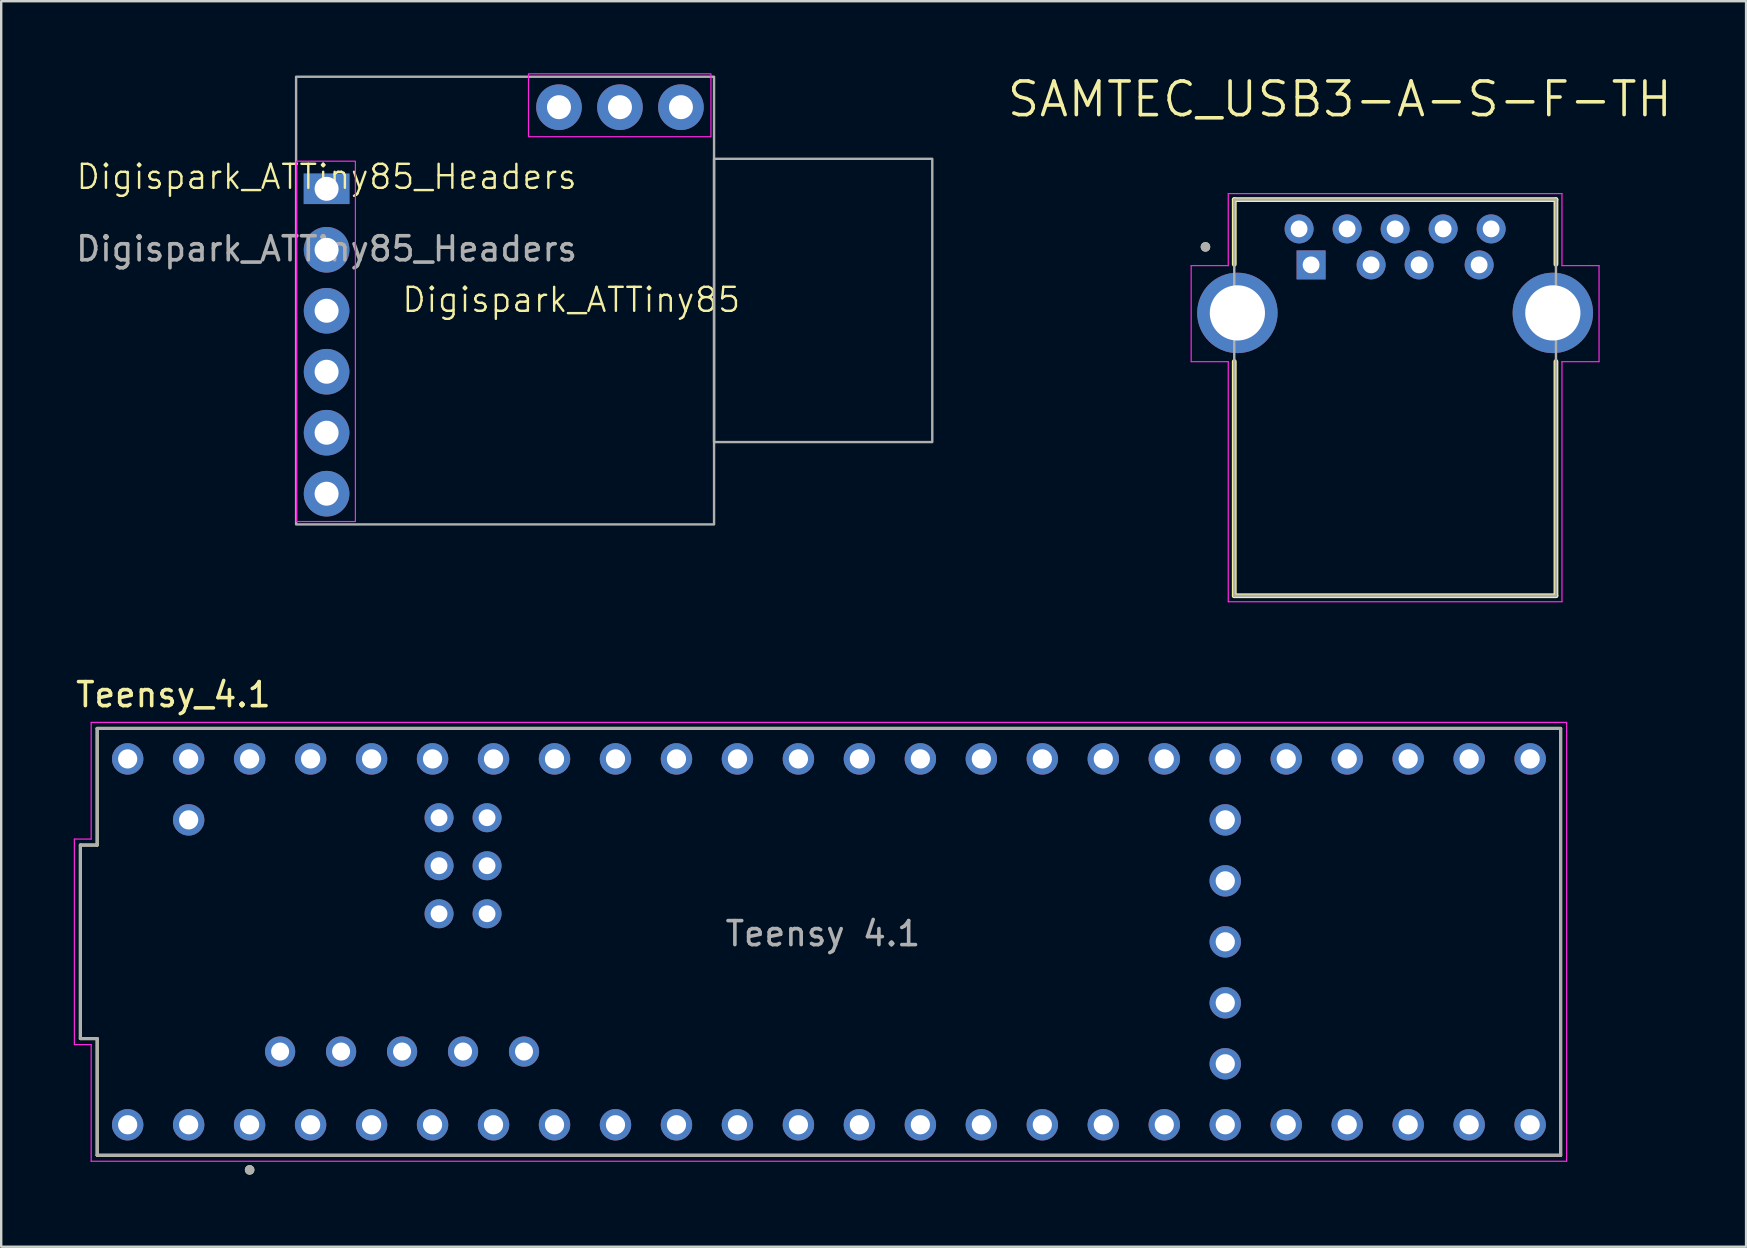
<source format=kicad_pcb>
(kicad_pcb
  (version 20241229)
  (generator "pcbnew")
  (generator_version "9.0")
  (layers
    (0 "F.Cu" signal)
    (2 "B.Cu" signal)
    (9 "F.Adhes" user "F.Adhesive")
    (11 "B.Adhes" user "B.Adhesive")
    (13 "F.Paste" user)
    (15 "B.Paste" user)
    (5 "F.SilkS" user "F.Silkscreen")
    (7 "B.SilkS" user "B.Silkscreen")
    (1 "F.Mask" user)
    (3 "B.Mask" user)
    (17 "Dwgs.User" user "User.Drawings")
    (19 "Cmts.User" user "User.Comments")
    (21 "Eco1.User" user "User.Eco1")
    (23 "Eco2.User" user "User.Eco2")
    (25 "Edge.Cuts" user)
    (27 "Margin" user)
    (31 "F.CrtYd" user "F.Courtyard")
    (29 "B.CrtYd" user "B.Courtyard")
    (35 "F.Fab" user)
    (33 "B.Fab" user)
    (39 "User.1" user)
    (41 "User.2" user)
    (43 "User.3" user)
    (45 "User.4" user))
  (footprint "Digispark_ATTiny85_Headers"
    (layer "F.Cu")
    (at 10.554 4.815)
    (property "Reference" "Digispark_ATTiny85_Headers" (at 0 -0.5 0) (unlocked yes) (layer "F.SilkS") (effects (font (size 1 1) (thickness 0.1))))
    (attr smd)
    (fp_rect (start -1.26 -1.15) (end 1.2 13.86) (stroke (width 0.05) (type default)) (fill no) (layer "F.CrtYd"))
    (fp_rect (start 8.41 -4.79) (end 16.01 -2.17) (stroke (width 0.05) (type default)) (fill no) (layer "F.CrtYd"))
    (fp_rect (start -1.27 -4.67) (end 16.14 13.98) (stroke (width 0.1) (type solid)) (fill no) (layer "F.Fab"))
    (fp_rect (start 16.14 -1.25) (end 25.23 10.55) (stroke (width 0.1) (type solid)) (fill no) (layer "F.Fab"))
    (fp_text user "Digispark_ATTiny85" (at 3.08 5.21 0) (unlocked yes) (layer "F.SilkS") (effects (font (size 1 1) (thickness 0.1)) (justify left bottom)))
    (fp_text user "${REFERENCE}" (at 0 2.5 0) (unlocked yes) (layer "F.Fab") (effects (font (size 1 1) (thickness 0.15))))
    (pad "1" thru_hole rect (at 0 0) (size 1.905 1.27) (drill 1) (layers "*.Cu" "*.Mask"))
    (pad "2" thru_hole circle (at 0 2.54) (size 1.9 1.9) (drill 1) (layers "*.Cu" "*.Mask"))
    (pad "3" thru_hole circle (at 0 5.08) (size 1.9 1.9) (drill 1) (layers "*.Cu" "*.Mask"))
    (pad "3" thru_hole circle (at 0 7.62) (size 1.9 1.9) (drill 1) (layers "*.Cu" "*.Mask"))
    (pad "4" thru_hole circle (at 0 10.16) (size 1.9 1.9) (drill 1) (layers "*.Cu" "*.Mask"))
    (pad "5" thru_hole circle (at 0 12.7) (size 1.9 1.9) (drill 1) (layers "*.Cu" "*.Mask"))
    (pad "5V" thru_hole circle (at 14.76 -3.4) (size 1.9 1.9) (drill 1) (layers "*.Cu" "*.Mask"))
    (pad "GND" thru_hole circle (at 12.22 -3.4) (size 1.9 1.9) (drill 1) (layers "*.Cu" "*.Mask"))
    (pad "Vin" thru_hole circle (at 9.68 -3.4) (size 1.9 1.9) (drill 1) (layers "*.Cu" "*.Mask")))
  (footprint "Teensy_4.1"
    (layer "F.Cu")
    (at 31.478 36.182)
    (property "Reference" "Teensy_4.1" (at -27.305 -10.295 0) (layer "F.SilkS") (effects (font (size 1 1) (thickness 0.15))))
    (attr through_hole)
    (fp_line (start -31.18 4.03) (end -31.18 -4.03) (stroke (width 0.127) (type solid)) (layer "F.SilkS"))
    (fp_line (start -30.48 -8.89) (end -30.48 -4.03) (stroke (width 0.127) (type solid)) (layer "F.SilkS"))
    (fp_line (start -30.48 -8.89) (end 30.48 -8.89) (stroke (width 0.127) (type solid)) (layer "F.SilkS"))
    (fp_line (start -30.48 -4.03) (end -31.18 -4.03) (stroke (width 0.127) (type solid)) (layer "F.SilkS"))
    (fp_line (start -30.48 4.03) (end -31.18 4.03) (stroke (width 0.127) (type solid)) (layer "F.SilkS"))
    (fp_line (start -30.48 8.89) (end -30.48 4.03) (stroke (width 0.127) (type solid)) (layer "F.SilkS"))
    (fp_line (start 30.48 -8.89) (end 30.48 8.89) (stroke (width 0.127) (type solid)) (layer "F.SilkS"))
    (fp_line (start 30.48 8.89) (end -30.48 8.89) (stroke (width 0.127) (type solid)) (layer "F.SilkS"))
    (fp_circle (center -24.13 9.5) (end -24.03 9.5) (stroke (width 0.2) (type solid)) (fill no) (layer "F.SilkS"))
    (fp_line (start -31.43 4.28) (end -31.43 -4.28) (stroke (width 0.05) (type solid)) (layer "F.CrtYd"))
    (fp_line (start -30.73 -9.14) (end -30.73 -4.28) (stroke (width 0.05) (type solid)) (layer "F.CrtYd"))
    (fp_line (start -30.73 -9.14) (end 30.73 -9.14) (stroke (width 0.05) (type solid)) (layer "F.CrtYd"))
    (fp_line (start -30.73 -4.28) (end -31.43 -4.28) (stroke (width 0.05) (type solid)) (layer "F.CrtYd"))
    (fp_line (start -30.73 4.28) (end -31.43 4.28) (stroke (width 0.05) (type solid)) (layer "F.CrtYd"))
    (fp_line (start -30.73 9.14) (end -30.73 4.28) (stroke (width 0.05) (type solid)) (layer "F.CrtYd"))
    (fp_line (start 30.73 -9.14) (end 30.73 9.14) (stroke (width 0.05) (type solid)) (layer "F.CrtYd"))
    (fp_line (start 30.73 9.14) (end -30.73 9.14) (stroke (width 0.05) (type solid)) (layer "F.CrtYd"))
    (fp_line (start -31.18 4.03) (end -31.18 -4.03) (stroke (width 0.127) (type solid)) (layer "F.Fab"))
    (fp_line (start -30.48 -8.89) (end -30.48 -4.03) (stroke (width 0.127) (type solid)) (layer "F.Fab"))
    (fp_line (start -30.48 -8.89) (end 30.48 -8.89) (stroke (width 0.127) (type solid)) (layer "F.Fab"))
    (fp_line (start -30.48 -4.03) (end -31.18 -4.03) (stroke (width 0.127) (type solid)) (layer "F.Fab"))
    (fp_line (start -30.48 4.03) (end -31.18 4.03) (stroke (width 0.127) (type solid)) (layer "F.Fab"))
    (fp_line (start -30.48 8.89) (end -30.48 4.03) (stroke (width 0.127) (type solid)) (layer "F.Fab"))
    (fp_line (start 30.48 -8.89) (end 30.48 8.89) (stroke (width 0.127) (type solid)) (layer "F.Fab"))
    (fp_line (start 30.48 8.89) (end -30.48 8.89) (stroke (width 0.127) (type solid)) (layer "F.Fab"))
    (fp_circle (center -24.13 9.5) (end -24.03 9.5) (stroke (width 0.2) (type solid)) (fill no) (layer "F.Fab"))
    (fp_text user "Teensy 4.1" (at -0.25 -0.34 0) (layer "F.Fab") (effects (font (size 1 1) (thickness 0.15))))
    (pad "0" thru_hole circle (at -26.67 7.62) (size 1.308 1.308) (drill 0.8) (layers "*.Cu" "*.Mask"))
    (pad "1" thru_hole circle (at -24.13 7.62) (size 1.308 1.308) (drill 0.8) (layers "*.Cu" "*.Mask"))
    (pad "2" thru_hole circle (at -21.59 7.62) (size 1.308 1.308) (drill 0.8) (layers "*.Cu" "*.Mask"))
    (pad "3" thru_hole circle (at -19.05 7.62) (size 1.308 1.308) (drill 0.8) (layers "*.Cu" "*.Mask"))
    (pad "3.3V_1" thru_hole circle (at 6.35 7.62) (size 1.308 1.308) (drill 0.8) (layers "*.Cu" "*.Mask"))
    (pad "3.3V_2" thru_hole circle (at -24.13 -7.62) (size 1.308 1.308) (drill 0.8) (layers "*.Cu" "*.Mask"))
    (pad "3.3V_3" thru_hole circle (at 16.51 2.54) (size 1.308 1.308) (drill 0.8) (layers "*.Cu" "*.Mask"))
    (pad "4" thru_hole circle (at -16.51 7.62) (size 1.308 1.308) (drill 0.8) (layers "*.Cu" "*.Mask"))
    (pad "5" thru_hole circle (at -13.97 7.62) (size 1.308 1.308) (drill 0.8) (layers "*.Cu" "*.Mask"))
    (pad "5V" thru_hole circle (at -22.86 4.57) (size 1.258 1.258) (drill 0.75) (layers "*.Cu" "*.Mask"))
    (pad "6" thru_hole circle (at -11.43 7.62) (size 1.308 1.308) (drill 0.8) (layers "*.Cu" "*.Mask"))
    (pad "7" thru_hole circle (at -8.89 7.62) (size 1.308 1.308) (drill 0.8) (layers "*.Cu" "*.Mask"))
    (pad "8" thru_hole circle (at -6.35 7.62) (size 1.308 1.308) (drill 0.8) (layers "*.Cu" "*.Mask"))
    (pad "9" thru_hole circle (at -3.81 7.62) (size 1.308 1.308) (drill 0.8) (layers "*.Cu" "*.Mask"))
    (pad "10" thru_hole circle (at -1.27 7.62) (size 1.308 1.308) (drill 0.8) (layers "*.Cu" "*.Mask"))
    (pad "11" thru_hole circle (at 1.27 7.62) (size 1.308 1.308) (drill 0.8) (layers "*.Cu" "*.Mask"))
    (pad "12" thru_hole circle (at 3.81 7.62) (size 1.308 1.308) (drill 0.8) (layers "*.Cu" "*.Mask"))
    (pad "13" thru_hole circle (at 3.81 -7.62) (size 1.308 1.308) (drill 0.8) (layers "*.Cu" "*.Mask"))
    (pad "14" thru_hole circle (at 1.27 -7.62) (size 1.308 1.308) (drill 0.8) (layers "*.Cu" "*.Mask"))
    (pad "15" thru_hole circle (at -1.27 -7.62) (size 1.308 1.308) (drill 0.8) (layers "*.Cu" "*.Mask"))
    (pad "16" thru_hole circle (at -3.81 -7.62) (size 1.308 1.308) (drill 0.8) (layers "*.Cu" "*.Mask"))
    (pad "17" thru_hole circle (at -6.35 -7.62) (size 1.308 1.308) (drill 0.8) (layers "*.Cu" "*.Mask"))
    (pad "18" thru_hole circle (at -8.89 -7.62) (size 1.308 1.308) (drill 0.8) (layers "*.Cu" "*.Mask"))
    (pad "19" thru_hole circle (at -11.43 -7.62) (size 1.308 1.308) (drill 0.8) (layers "*.Cu" "*.Mask"))
    (pad "20" thru_hole circle (at -13.97 -7.62) (size 1.308 1.308) (drill 0.8) (layers "*.Cu" "*.Mask"))
    (pad "21" thru_hole circle (at -16.51 -7.62) (size 1.308 1.308) (drill 0.8) (layers "*.Cu" "*.Mask"))
    (pad "22" thru_hole circle (at -19.05 -7.62) (size 1.308 1.308) (drill 0.8) (layers "*.Cu" "*.Mask"))
    (pad "23" thru_hole circle (at -21.59 -7.62) (size 1.308 1.308) (drill 0.8) (layers "*.Cu" "*.Mask"))
    (pad "24" thru_hole circle (at 8.89 7.62) (size 1.308 1.308) (drill 0.8) (layers "*.Cu" "*.Mask"))
    (pad "25" thru_hole circle (at 11.43 7.62) (size 1.308 1.308) (drill 0.8) (layers "*.Cu" "*.Mask"))
    (pad "26" thru_hole circle (at 13.97 7.62) (size 1.308 1.308) (drill 0.8) (layers "*.Cu" "*.Mask"))
    (pad "27" thru_hole circle (at 16.51 7.62) (size 1.308 1.308) (drill 0.8) (layers "*.Cu" "*.Mask"))
    (pad "28" thru_hole circle (at 19.05 7.62) (size 1.308 1.308) (drill 0.8) (layers "*.Cu" "*.Mask"))
    (pad "29" thru_hole circle (at 21.59 7.62) (size 1.308 1.308) (drill 0.8) (layers "*.Cu" "*.Mask"))
    (pad "30" thru_hole circle (at 24.13 7.62) (size 1.308 1.308) (drill 0.8) (layers "*.Cu" "*.Mask"))
    (pad "31" thru_hole circle (at 26.67 7.62) (size 1.308 1.308) (drill 0.8) (layers "*.Cu" "*.Mask"))
    (pad "32" thru_hole circle (at 29.21 7.62) (size 1.308 1.308) (drill 0.8) (layers "*.Cu" "*.Mask"))
    (pad "33" thru_hole circle (at 29.21 -7.62) (size 1.308 1.308) (drill 0.8) (layers "*.Cu" "*.Mask"))
    (pad "34" thru_hole circle (at 26.67 -7.62) (size 1.308 1.308) (drill 0.8) (layers "*.Cu" "*.Mask"))
    (pad "35" thru_hole circle (at 24.13 -7.62) (size 1.308 1.308) (drill 0.8) (layers "*.Cu" "*.Mask"))
    (pad "36" thru_hole circle (at 21.59 -7.62) (size 1.308 1.308) (drill 0.8) (layers "*.Cu" "*.Mask"))
    (pad "37" thru_hole circle (at 19.05 -7.62) (size 1.308 1.308) (drill 0.8) (layers "*.Cu" "*.Mask"))
    (pad "38" thru_hole circle (at 16.51 -7.62) (size 1.308 1.308) (drill 0.8) (layers "*.Cu" "*.Mask"))
    (pad "39" thru_hole circle (at 13.97 -7.62) (size 1.308 1.308) (drill 0.8) (layers "*.Cu" "*.Mask"))
    (pad "40" thru_hole circle (at 11.43 -7.62) (size 1.308 1.308) (drill 0.8) (layers "*.Cu" "*.Mask"))
    (pad "41" thru_hole circle (at 8.89 -7.62) (size 1.308 1.308) (drill 0.8) (layers "*.Cu" "*.Mask"))
    (pad "D+" thru_hole circle (at -17.78 4.57) (size 1.258 1.258) (drill 0.75) (layers "*.Cu" "*.Mask"))
    (pad "D-" thru_hole circle (at -20.32 4.57) (size 1.258 1.258) (drill 0.75) (layers "*.Cu" "*.Mask"))
    (pad "GND1" thru_hole circle (at -29.21 7.62) (size 1.308 1.308) (drill 0.8) (layers "*.Cu" "*.Mask"))
    (pad "GND2" thru_hole circle (at 6.35 -7.62) (size 1.308 1.308) (drill 0.8) (layers "*.Cu" "*.Mask"))
    (pad "GND3" thru_hole circle (at -26.67 -7.62) (size 1.308 1.308) (drill 0.8) (layers "*.Cu" "*.Mask"))
    (pad "GND4" thru_hole circle (at 16.51 0) (size 1.308 1.308) (drill 0.8) (layers "*.Cu" "*.Mask"))
    (pad "GND5" thru_hole circle (at -14.24 -3.17) (size 1.208 1.208) (drill 0.7) (layers "*.Cu" "*.Mask"))
    (pad "LED" thru_hole circle (at -16.24 -3.17) (size 1.208 1.208) (drill 0.7) (layers "*.Cu" "*.Mask"))
    (pad "ON/OFF" thru_hole circle (at 16.51 -5.08) (size 1.308 1.308) (drill 0.8) (layers "*.Cu" "*.Mask"))
    (pad "PROGRAM" thru_hole circle (at 16.51 -2.54) (size 1.308 1.308) (drill 0.8) (layers "*.Cu" "*.Mask"))
    (pad "R+" thru_hole circle (at -16.24 -5.17) (size 1.208 1.208) (drill 0.7) (layers "*.Cu" "*.Mask"))
    (pad "R-" thru_hole circle (at -14.24 -5.17) (size 1.208 1.208) (drill 0.7) (layers "*.Cu" "*.Mask"))
    (pad "T+" thru_hole circle (at -14.24 -1.17) (size 1.208 1.208) (drill 0.7) (layers "*.Cu" "*.Mask"))
    (pad "T-" thru_hole circle (at -16.24 -1.17) (size 1.208 1.208) (drill 0.7) (layers "*.Cu" "*.Mask"))
    (pad "USB_GND1" thru_hole circle (at -15.24 4.57) (size 1.258 1.258) (drill 0.75) (layers "*.Cu" "*.Mask"))
    (pad "USB_GND2" thru_hole circle (at -12.7 4.57) (size 1.258 1.258) (drill 0.75) (layers "*.Cu" "*.Mask"))
    (pad "VBAT" thru_hole circle (at 16.51 5.08) (size 1.308 1.308) (drill 0.8) (layers "*.Cu" "*.Mask"))
    (pad "VIN" thru_hole circle (at -29.21 -7.62) (size 1.308 1.308) (drill 0.8) (layers "*.Cu" "*.Mask"))
    (pad "VUSB" thru_hole circle (at -26.67 -5.08) (size 1.308 1.308) (drill 0.8) (layers "*.Cu" "*.Mask")))
  (footprint "SAMTEC_USB3-A-S-F-TH"
    (layer "F.Cu")
    (at 55.063 9.984)
    (property "Reference" "SAMTEC_USB3-A-S-F-TH" (at -2.304 -8.901 0) (layer "F.SilkS") (effects (font (size 1.401 1.401) (thickness 0.15))))
    (attr through_hole)
    (fp_line (start -6.7 -4.72) (end -6.7 -2.025) (stroke (width 0.2) (type solid)) (layer "F.SilkS"))
    (fp_line (start -6.7 -4.72) (end 6.7 -4.72) (stroke (width 0.2) (type solid)) (layer "F.SilkS"))
    (fp_line (start -6.7 11.78) (end -6.7 2.025) (stroke (width 0.2) (type solid)) (layer "F.SilkS"))
    (fp_line (start 6.7 -4.72) (end 6.7 -2.025) (stroke (width 0.2) (type solid)) (layer "F.SilkS"))
    (fp_line (start 6.7 2.025) (end 6.7 11.78) (stroke (width 0.2) (type solid)) (layer "F.SilkS"))
    (fp_line (start 6.7 11.78) (end -6.7 11.78) (stroke (width 0.2) (type solid)) (layer "F.SilkS"))
    (fp_circle (center -7.9 -2.75) (end -7.8 -2.75) (stroke (width 0.2) (type solid)) (fill no) (layer "F.SilkS"))
    (fp_line (start -8.495 -1.97) (end -6.95 -1.97) (stroke (width 0.05) (type solid)) (layer "F.CrtYd"))
    (fp_line (start -8.495 2.03) (end -8.495 -1.97) (stroke (width 0.05) (type solid)) (layer "F.CrtYd"))
    (fp_line (start -6.95 -4.97) (end 6.95 -4.97) (stroke (width 0.05) (type solid)) (layer "F.CrtYd"))
    (fp_line (start -6.95 -1.97) (end -6.95 -4.97) (stroke (width 0.05) (type solid)) (layer "F.CrtYd"))
    (fp_line (start -6.95 2.03) (end -8.495 2.03) (stroke (width 0.05) (type solid)) (layer "F.CrtYd"))
    (fp_line (start -6.95 12.03) (end -6.95 2.03) (stroke (width 0.05) (type solid)) (layer "F.CrtYd"))
    (fp_line (start 6.95 -4.97) (end 6.95 -1.97) (stroke (width 0.05) (type solid)) (layer "F.CrtYd"))
    (fp_line (start 6.95 -1.97) (end 8.495 -1.97) (stroke (width 0.05) (type solid)) (layer "F.CrtYd"))
    (fp_line (start 6.95 2.03) (end 6.95 12.03) (stroke (width 0.05) (type solid)) (layer "F.CrtYd"))
    (fp_line (start 6.95 12.03) (end -6.95 12.03) (stroke (width 0.05) (type solid)) (layer "F.CrtYd"))
    (fp_line (start 8.495 -1.97) (end 8.495 2.03) (stroke (width 0.05) (type solid)) (layer "F.CrtYd"))
    (fp_line (start 8.495 2.03) (end 6.95 2.03) (stroke (width 0.05) (type solid)) (layer "F.CrtYd"))
    (fp_line (start -6.7 -4.72) (end 6.7 -4.72) (stroke (width 0.1) (type solid)) (layer "F.Fab"))
    (fp_line (start -6.7 11.78) (end -6.7 -4.72) (stroke (width 0.1) (type solid)) (layer "F.Fab"))
    (fp_line (start 6.7 -4.72) (end 6.7 11.78) (stroke (width 0.1) (type solid)) (layer "F.Fab"))
    (fp_line (start 6.7 11.78) (end -6.7 11.78) (stroke (width 0.1) (type solid)) (layer "F.Fab"))
    (fp_circle (center -7.9 -2.75) (end -7.8 -2.75) (stroke (width 0.2) (type solid)) (fill no) (layer "F.Fab"))
    (pad "1" thru_hole rect (at -3.5 -2) (size 1.208 1.208) (drill 0.7) (layers "*.Cu" "*.Mask"))
    (pad "2" thru_hole circle (at -1 -2) (size 1.208 1.208) (drill 0.7) (layers "*.Cu" "*.Mask"))
    (pad "3" thru_hole circle (at 1 -2) (size 1.208 1.208) (drill 0.7) (layers "*.Cu" "*.Mask"))
    (pad "4" thru_hole circle (at 3.5 -2) (size 1.208 1.208) (drill 0.7) (layers "*.Cu" "*.Mask"))
    (pad "5" thru_hole circle (at 4 -3.5) (size 1.208 1.208) (drill 0.7) (layers "*.Cu" "*.Mask"))
    (pad "6" thru_hole circle (at 2 -3.5) (size 1.208 1.208) (drill 0.7) (layers "*.Cu" "*.Mask"))
    (pad "7" thru_hole circle (at 0 -3.5) (size 1.208 1.208) (drill 0.7) (layers "*.Cu" "*.Mask"))
    (pad "8" thru_hole circle (at -2 -3.5) (size 1.208 1.208) (drill 0.7) (layers "*.Cu" "*.Mask"))
    (pad "9" thru_hole circle (at -4 -3.5) (size 1.208 1.208) (drill 0.7) (layers "*.Cu" "*.Mask"))
    (pad "SH1" thru_hole circle (at -6.57 0) (size 3.35 3.35) (drill 2.3) (layers "*.Cu" "*.Mask"))
    (pad "SH2" thru_hole circle (at 6.57 0) (size 3.35 3.35) (drill 2.3) (layers "*.Cu" "*.Mask")))
  (gr_rect
    (start -3 -3)
    (end 69.683 48.882)
    (stroke (width 0.1) (type default))
    (fill no)
    (layer "Edge.Cuts")))
</source>
